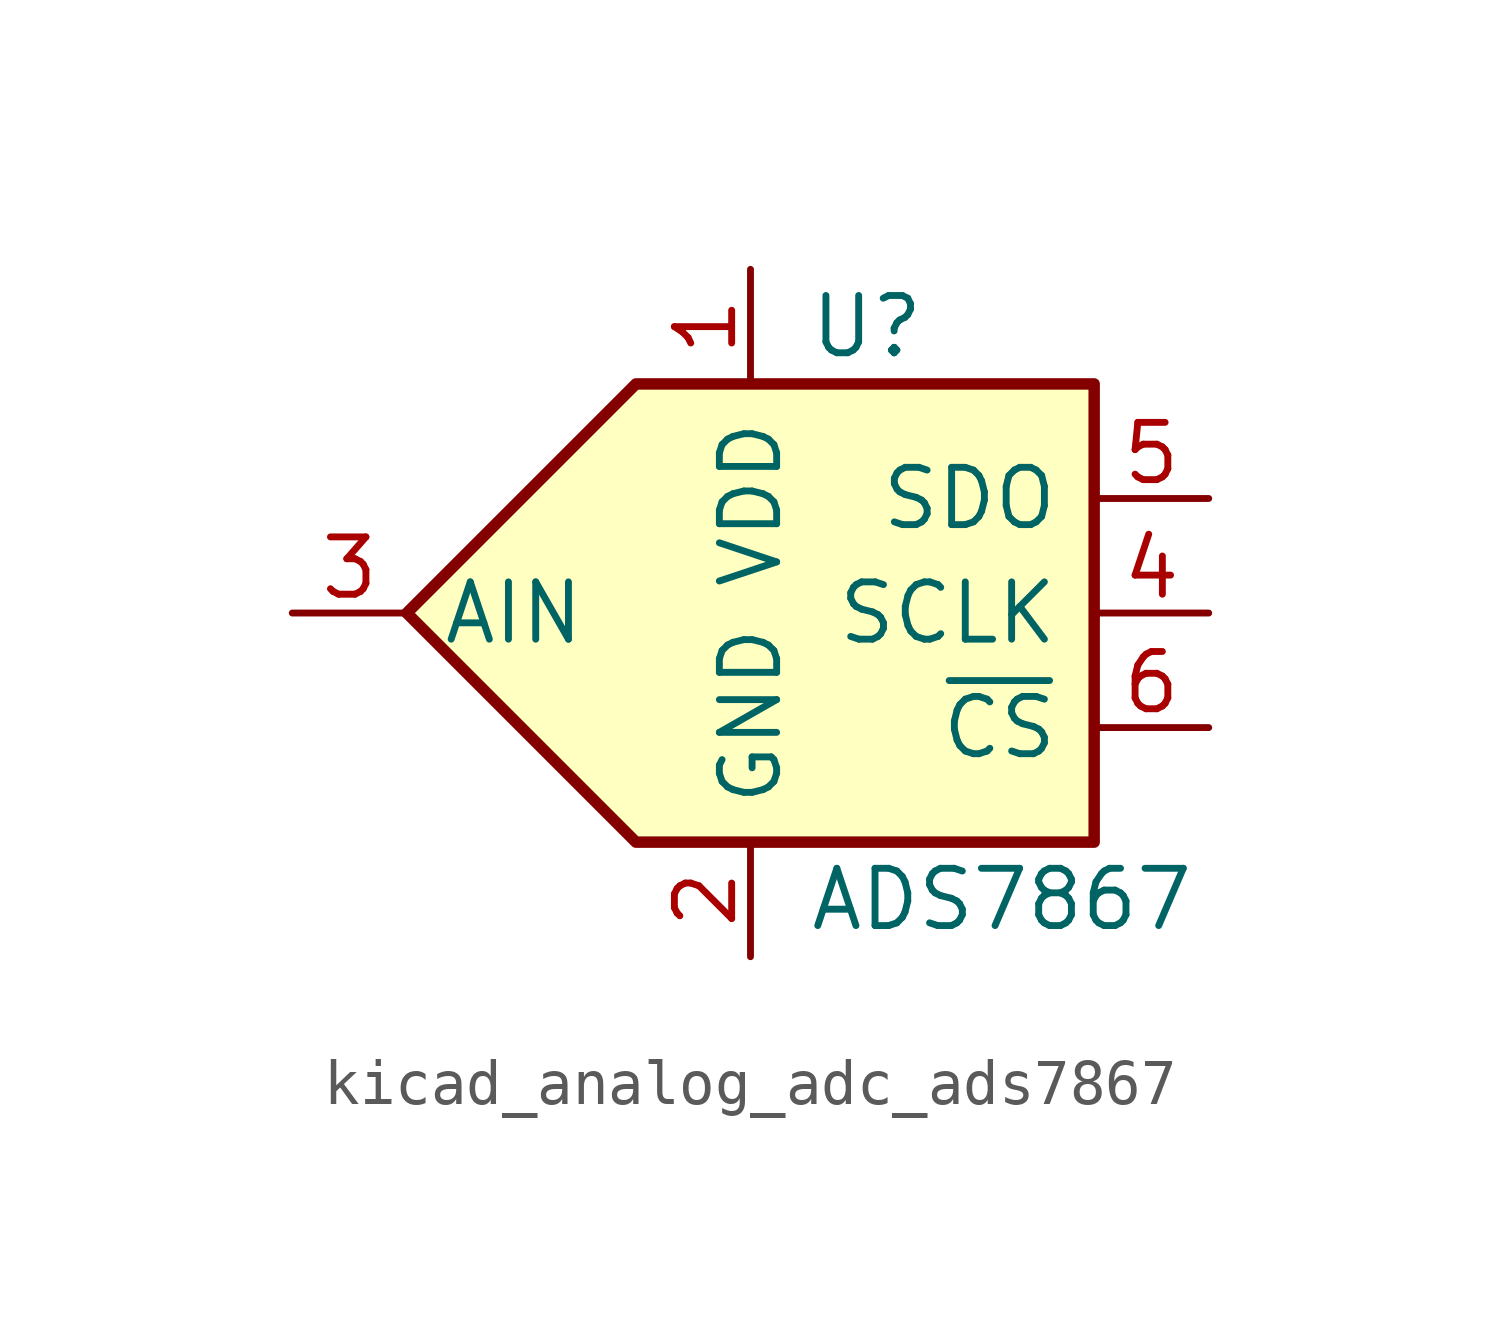
<source format=kicad_sym>
(kicad_symbol_lib
  (version 20220914)
  (generator kicad_symbol_editor)
  (symbol "kicad_analog_adc_ads7867"
    (pin_names
      (offset 0.762))
    (property "Reference" "U"
      (at 1.27 6.35 0)
      (effects (font (size 1.27 1.27)) (justify left)))
    (property "Value" "ADS7867"
      (at 1.27 -6.35 0)
      (effects (font (size 1.27 1.27)) (justify left)))
    (symbol "kicad_analog_adc_ads7867_0_1"
      (polyline (pts (xy -2.54 5.08) (xy 7.62 5.08) (xy 7.62 -5.08) (xy -2.54 -5.08) (xy -7.62 0) (xy -2.54 5.08)) (stroke (width 0.254) (type default)) (fill (type background))))
    (symbol "kicad_analog_adc_ads7867_1_1"
      (pin power_in line (at 0 7.62 270) (length 2.54) (name "VDD" (effects (font (size 1.27 1.27)))) (number "1" (effects (font (size 1.27 1.27)))))
      (pin power_in line (at 0 -7.62 90) (length 2.54) (name "GND" (effects (font (size 1.27 1.27)))) (number "2" (effects (font (size 1.27 1.27)))))
      (pin input line (at -10.16 0 0) (length 2.54) (name "AIN" (effects (font (size 1.27 1.27)))) (number "3" (effects (font (size 1.27 1.27)))))
      (pin input line (at 10.16 0 180) (length 2.54) (name "SCLK" (effects (font (size 1.27 1.27)))) (number "4" (effects (font (size 1.27 1.27)))))
      (pin tri_state line (at 10.16 2.54 180) (length 2.54) (name "SDO" (effects (font (size 1.27 1.27)))) (number "5" (effects (font (size 1.27 1.27)))))
      (pin input line (at 10.16 -2.54 180) (length 2.54) (name "~{CS}" (effects (font (size 1.27 1.27)))) (number "6" (effects (font (size 1.27 1.27))))))))
</source>
